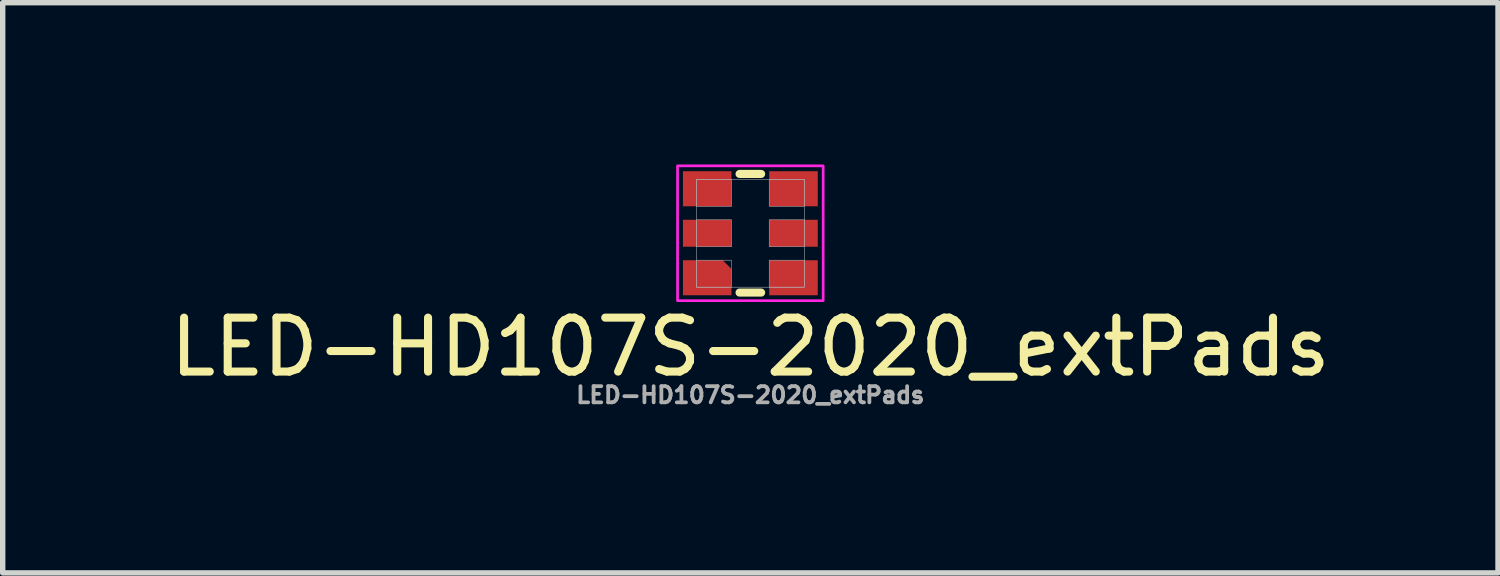
<source format=kicad_pcb>
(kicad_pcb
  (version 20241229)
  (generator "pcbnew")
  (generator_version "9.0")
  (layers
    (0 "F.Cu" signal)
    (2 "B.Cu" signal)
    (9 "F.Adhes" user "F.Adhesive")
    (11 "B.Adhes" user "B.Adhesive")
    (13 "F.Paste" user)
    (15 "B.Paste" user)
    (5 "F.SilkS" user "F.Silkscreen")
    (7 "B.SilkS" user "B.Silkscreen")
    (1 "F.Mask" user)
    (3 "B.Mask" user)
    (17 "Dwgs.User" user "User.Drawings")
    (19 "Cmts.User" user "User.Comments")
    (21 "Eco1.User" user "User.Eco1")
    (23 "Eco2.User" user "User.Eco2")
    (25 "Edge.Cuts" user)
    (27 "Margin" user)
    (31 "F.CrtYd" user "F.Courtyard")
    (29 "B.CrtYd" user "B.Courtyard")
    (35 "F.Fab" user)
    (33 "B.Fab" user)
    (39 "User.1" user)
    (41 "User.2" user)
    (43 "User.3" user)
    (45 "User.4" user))
  (footprint "LED-HD107S-2020_extPads"
    (layer "F.Cu")
    (at 10.863 1.275)
    (property "Reference" "LED-HD107S-2020_extPads" (at 0 2.11 0) (layer "F.SilkS") (effects (font (size 1 1) (thickness 0.15))))
    (attr smd)
    (fp_line (start -0.2 -1.1) (end 0.2 -1.1) (stroke (width 0.15) (type solid)) (layer "F.SilkS"))
    (fp_line (start -0.2 1.1) (end 0.2 1.1) (stroke (width 0.15) (type solid)) (layer "F.SilkS"))
    (fp_rect (start -1.35 -1.25) (end 1.35 1.25) (stroke (width 0.05) (type default)) (fill no) (layer "F.CrtYd"))
    (fp_rect (start -1 -1) (end -0.35 -0.5) (stroke (width 0.01) (type solid)) (fill no) (layer "F.Fab"))
    (fp_rect (start -1 -1) (end 1 1) (stroke (width 0.01) (type default)) (fill no) (layer "F.Fab"))
    (fp_rect (start -1 0.5) (end -0.35 1) (stroke (width 0.01) (type solid)) (fill no) (layer "F.Fab"))
    (fp_rect (start 0.35 -1) (end 1 -0.5) (stroke (width 0.01) (type solid)) (fill no) (layer "F.Fab"))
    (fp_rect (start 0.35 -0.25) (end 1 0.25) (stroke (width 0.01) (type solid)) (fill no) (layer "F.Fab"))
    (fp_rect (start 0.35 0.5) (end 1 1) (stroke (width 0.01) (type solid)) (fill no) (layer "F.Fab"))
    (fp_poly (pts (xy -0.35 0.25) (xy -1 0.25) (xy -1 -0.25) (xy -0.35 -0.25)) (stroke (width 0.01) (type solid)) (fill no) (layer "F.Fab"))
    (fp_text user "${REFERENCE}" (at 0 3 0) (layer "F.Fab") (effects (font (size 0.3 0.3) (thickness 0.07))))
    (pad "1" smd rect (at -0.8 -0.825) (size 0.9 0.65) (layers "F.Cu" "F.Mask" "F.Paste"))
    (pad "2" smd rect (at -0.8 0) (size 0.9 0.5) (layers "F.Cu" "F.Mask" "F.Paste"))
    (pad "3" smd roundrect (at -0.8 0.825) (size 0.9 0.65) (layers "F.Cu" "F.Mask" "F.Paste") (roundrect_rratio 0) (chamfer_ratio 0.25) (chamfer top_right))
    (pad "4" smd rect (at 0.8 0.825) (size 0.9 0.65) (layers "F.Cu" "F.Mask" "F.Paste"))
    (pad "5" smd rect (at 0.8 0) (size 0.9 0.5) (layers "F.Cu" "F.Mask" "F.Paste"))
    (pad "6" smd rect (at 0.8 -0.825) (size 0.9 0.65) (layers "F.Cu" "F.Mask" "F.Paste")))
  (gr_rect
    (start -3 -3)
    (end 24.726 7.573)
    (stroke (width 0.1) (type default))
    (fill no)
    (layer "Edge.Cuts")))
</source>
